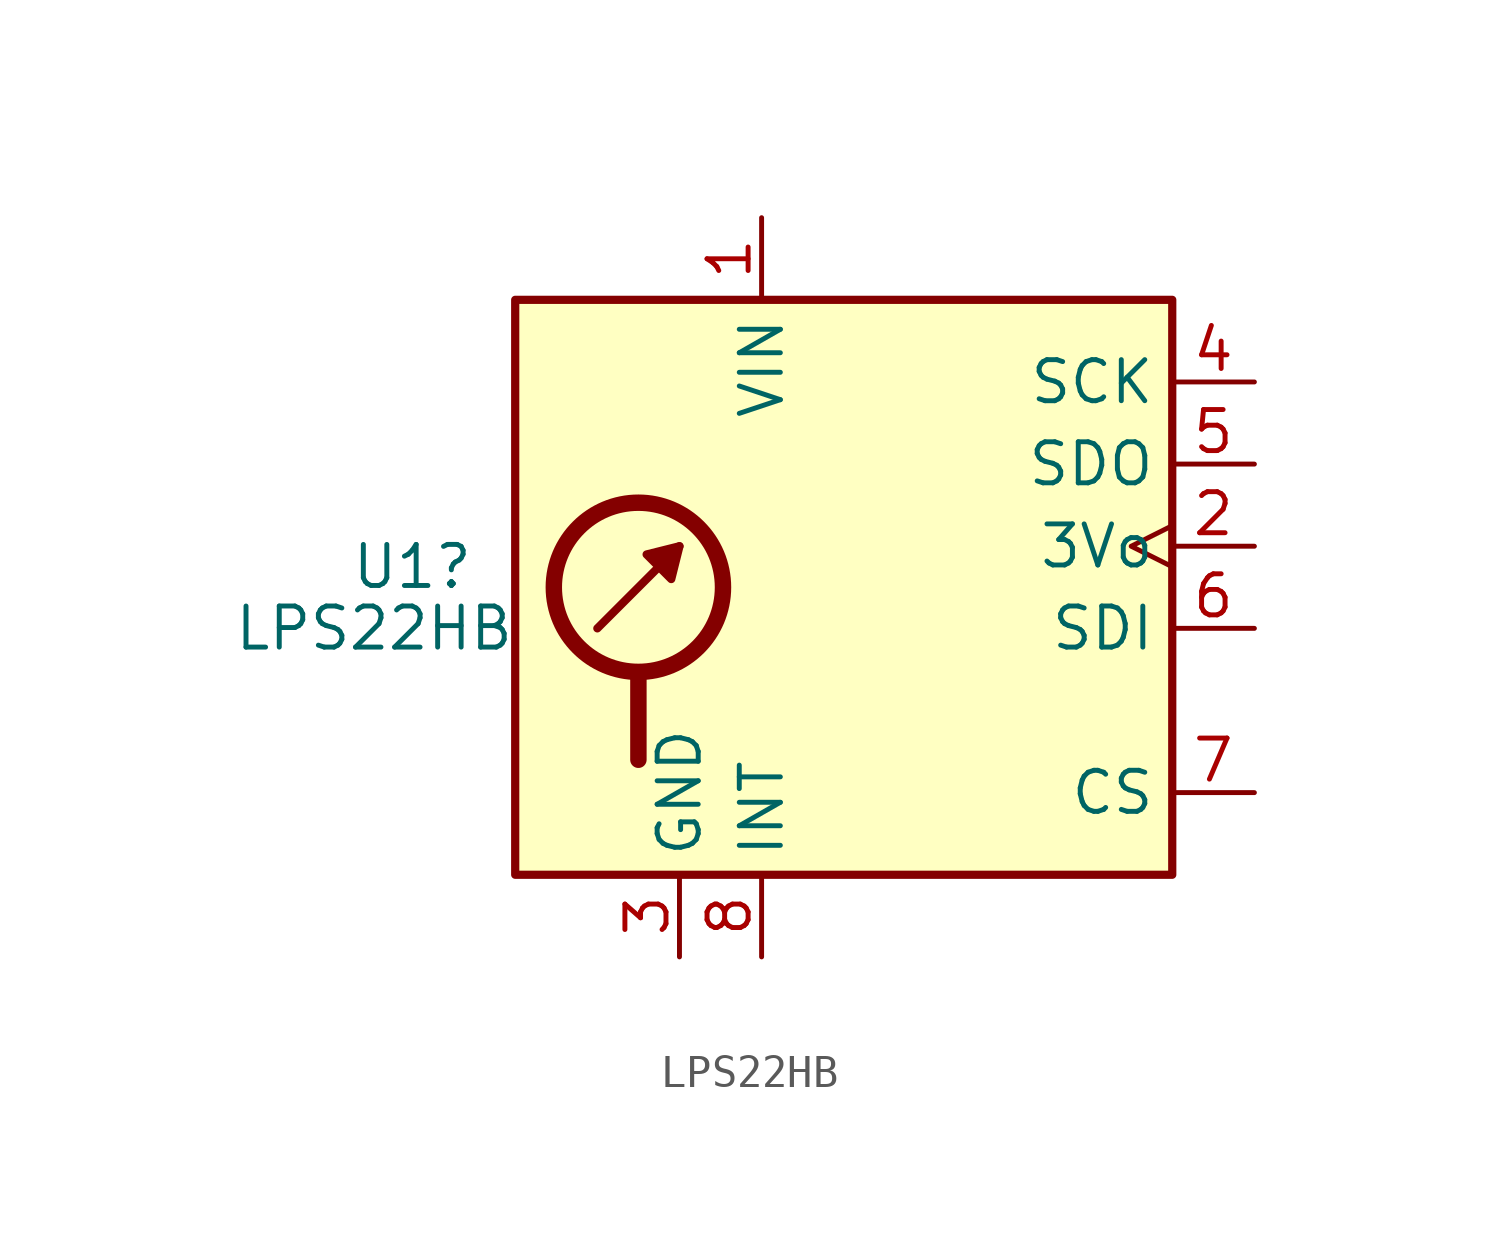
<source format=kicad_sym>
(kicad_symbol_lib
  (version 20220914)
  (generator kicad_symbol_editor)
  (symbol "LPS22HB"
    (property "Reference" "U1"
      (at -11.43 1.905 0)
      (effects (font (size 1.27 1.27)) (justify right)))
    (property "Value" "LPS22HB"
      (at -10.16 0 0)
      (effects (font (size 1.27 1.27)) (justify right)))
    (symbol "LPS22HB_0_1"
      (rectangle (start -10.16 10.16) (end 10.16 -7.62) (stroke (width 0.254) (type default)) (fill (type background)))
      (circle (center -6.35 1.27) (radius 2.616) (stroke (width 0.508) (type default)) (fill (type none)))
      (polyline (pts (xy -7.62 0) (xy -5.08 2.54)) (stroke (width 0.254) (type default)) (fill (type none)))
      (polyline (pts (xy -6.35 -1.524) (xy -6.35 -4.064)) (stroke (width 0.508) (type default)) (fill (type none)))
      (polyline (pts (xy -5.08 2.54) (xy -5.334 1.524) (xy -6.096 2.286) (xy -5.08 2.54)) (stroke (width 0.254) (type default)) (fill (type outline))))
    (symbol "LPS22HB_1_1"
      (pin power_in line (at -2.54 12.7 270) (length 2.54) (name "VIN" (effects (font (size 1.27 1.27)))) (number "1" (effects (font (size 1.27 1.27)))))
      (pin power_out clock (at 12.7 2.54 180) (length 2.54) (name "3Vo" (effects (font (size 1.27 1.27)))) (number "2" (effects (font (size 1.27 1.27)))) (alternate "SPC" input clock))
      (pin power_in line (at -5.08 -10.16 90) (length 2.54) (name "GND" (effects (font (size 1.27 1.27)))) (number "3" (effects (font (size 1.27 1.27)))))
      (pin bidirectional line (at 12.7 7.62 180) (length 2.54) (name "SCK" (effects (font (size 1.27 1.27)))) (number "4" (effects (font (size 1.27 1.27)))) (alternate "SDI" input line) (alternate "SDI/SDO" bidirectional line))
      (pin input line (at 12.7 5.08 180) (length 2.54) (name "SDO" (effects (font (size 1.27 1.27)))) (number "5" (effects (font (size 1.27 1.27)))) (alternate "SDO" output line))
      (pin input line (at 12.7 0 180) (length 2.54) (name "SDI" (effects (font (size 1.27 1.27)))) (number "6" (effects (font (size 1.27 1.27)))))
      (pin output line (at 12.7 -5.08 180) (length 2.54) (name "CS" (effects (font (size 1.27 1.27)))) (number "7" (effects (font (size 1.27 1.27)))))
      (pin bidirectional line (at -2.54 -10.16 90) (length 2.54) (name "INT" (effects (font (size 1.27 1.27)))) (number "8" (effects (font (size 1.27 1.27))))))))
</source>
